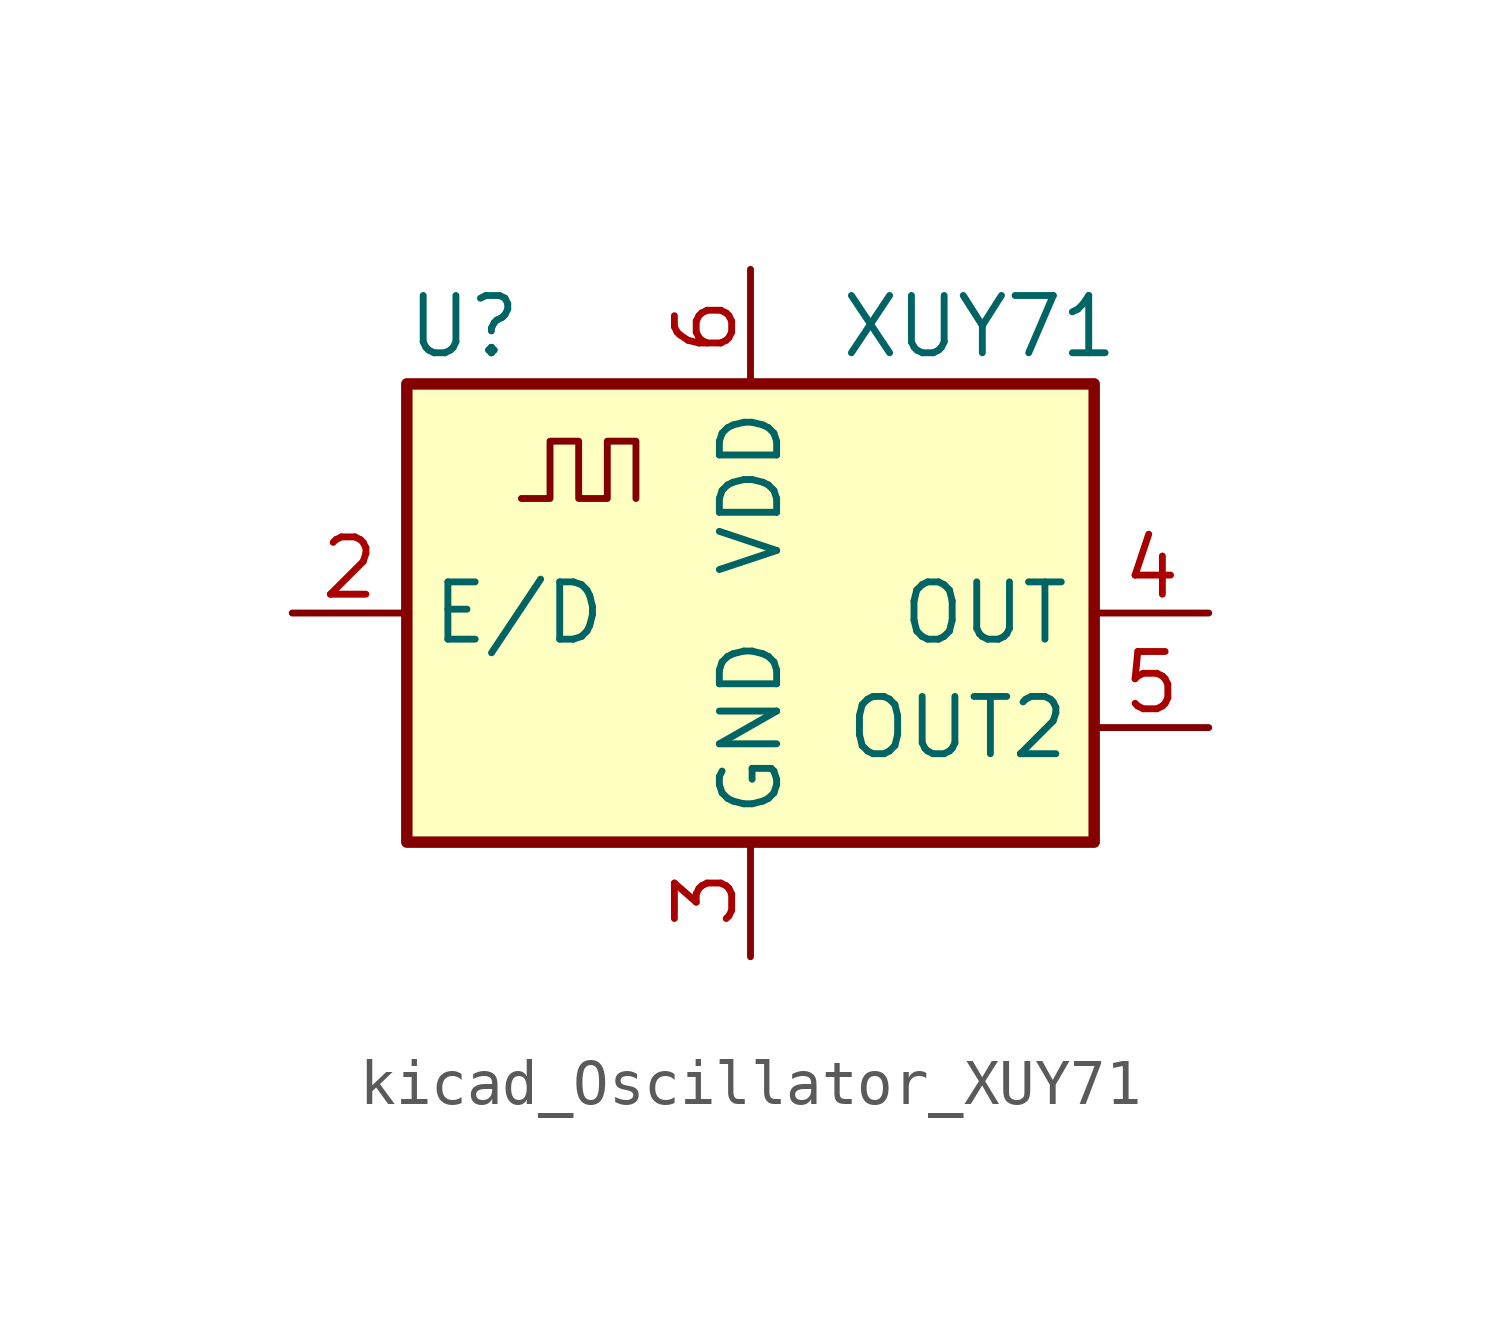
<source format=kicad_sym>
(kicad_symbol_lib
  (version 20220914)
  (generator kicad_symbol_editor)
  (symbol "kicad_Oscillator_XUY71"
    (property "Reference" "U"
      (at -6.35 6.35 0)
      (effects (font (size 1.27 1.27))))
    (property "Value" "XUY71"
      (at 5.08 6.35 0)
      (effects (font (size 1.27 1.27))))
    (symbol "kicad_Oscillator_XUY71_0_1"
      (rectangle (start -7.62 5.08) (end 7.62 -5.08) (stroke (width 0.254) (type default)) (fill (type background))))
    (symbol "kicad_Oscillator_XUY71_1_1"
      (polyline (pts (xy -5.08 2.54) (xy -4.445 2.54) (xy -4.445 3.81) (xy -3.81 3.81) (xy -3.81 2.54) (xy -3.175 2.54) (xy -3.175 3.81) (xy -2.54 3.81) (xy -2.54 2.54)) (stroke (width 0) (type default)) (fill (type none)))
      (pin no_connect line (at -7.62 -2.54 0) (length 2.54) hide (name "NC" (effects (font (size 1.27 1.27)))) (number "1" (effects (font (size 1.27 1.27)))))
      (pin input line (at -10.16 0 0) (length 2.54) (name "E/D" (effects (font (size 1.27 1.27)))) (number "2" (effects (font (size 1.27 1.27)))))
      (pin power_in line (at 0 -7.62 90) (length 2.54) (name "GND" (effects (font (size 1.27 1.27)))) (number "3" (effects (font (size 1.27 1.27)))))
      (pin output line (at 10.16 0 180) (length 2.54) (name "OUT" (effects (font (size 1.27 1.27)))) (number "4" (effects (font (size 1.27 1.27)))))
      (pin output line (at 10.16 -2.54 180) (length 2.54) (name "OUT2" (effects (font (size 1.27 1.27)))) (number "5" (effects (font (size 1.27 1.27)))))
      (pin power_in line (at 0 7.62 270) (length 2.54) (name "VDD" (effects (font (size 1.27 1.27)))) (number "6" (effects (font (size 1.27 1.27))))))))
</source>
